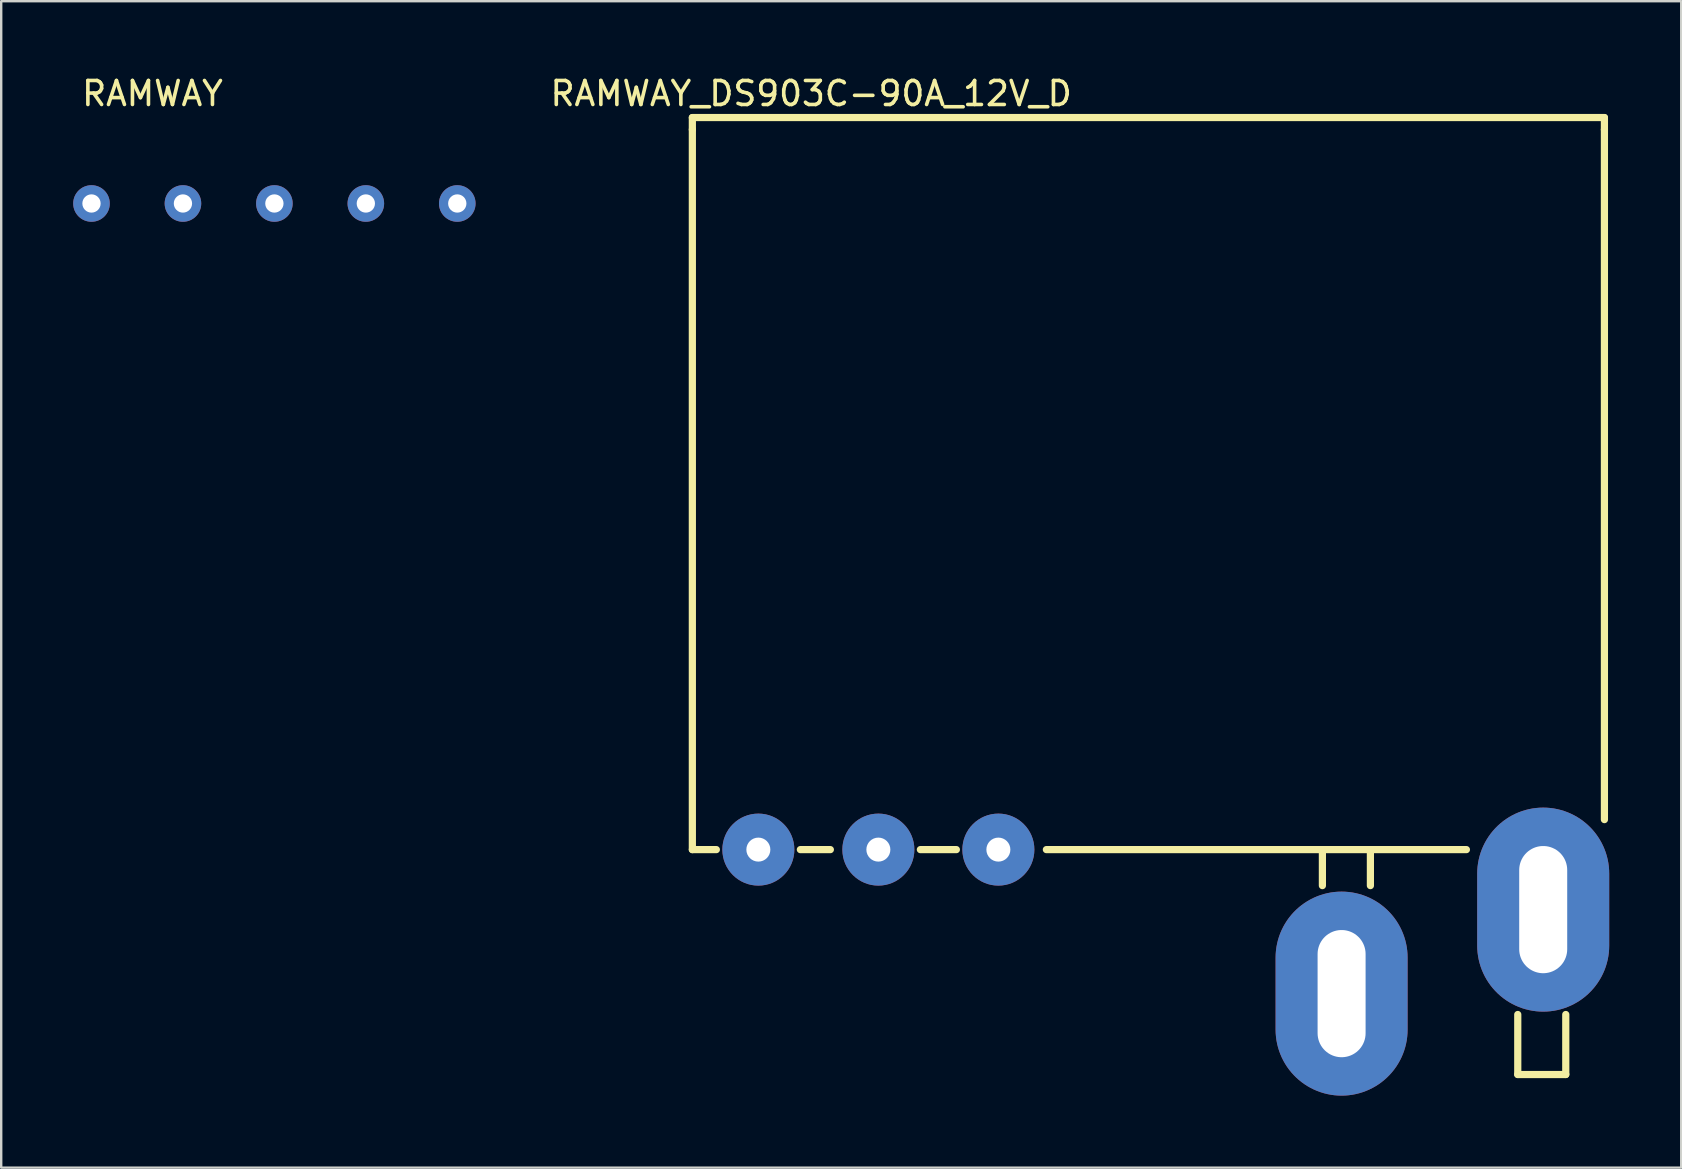
<source format=kicad_pcb>
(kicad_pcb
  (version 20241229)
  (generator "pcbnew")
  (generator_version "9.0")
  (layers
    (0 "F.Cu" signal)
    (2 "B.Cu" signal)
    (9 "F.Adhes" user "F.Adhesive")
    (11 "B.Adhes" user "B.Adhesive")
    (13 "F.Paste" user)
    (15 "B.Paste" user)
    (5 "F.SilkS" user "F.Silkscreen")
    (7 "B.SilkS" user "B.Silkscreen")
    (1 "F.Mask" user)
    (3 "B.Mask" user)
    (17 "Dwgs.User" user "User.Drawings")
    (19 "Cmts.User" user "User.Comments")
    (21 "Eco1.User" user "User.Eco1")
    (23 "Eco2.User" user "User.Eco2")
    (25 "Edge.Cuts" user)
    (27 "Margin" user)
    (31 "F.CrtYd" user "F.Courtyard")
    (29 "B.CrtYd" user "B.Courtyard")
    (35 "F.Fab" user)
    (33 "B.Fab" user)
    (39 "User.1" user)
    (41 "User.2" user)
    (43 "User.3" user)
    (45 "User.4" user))
  (footprint "RAMWAY_DS903C-90A_12V_D"
    (layer "F.Cu")
    (at 38.546 32.348)
    (property "Reference" "RAMWAY_DS903C-90A_12V_D" (at -7.8 -31.5 0) (layer "F.SilkS") (effects (font (size 1 1) (thickness 0.15))))
    (attr through_hole)
    (fp_line (start -12.75 -30) (end -12.75 -30.5) (stroke (width 0.3) (type solid)) (layer "F.SilkS"))
    (fp_line (start -12.75 -30) (end -12.75 0) (stroke (width 0.3) (type solid)) (layer "F.SilkS"))
    (fp_line (start -12.75 0) (end -11.75 0) (stroke (width 0.3) (type solid)) (layer "F.SilkS"))
    (fp_line (start -8.25 0) (end -7 0) (stroke (width 0.3) (type solid)) (layer "F.SilkS"))
    (fp_line (start -3.25 0) (end -1.75 0) (stroke (width 0.3) (type solid)) (layer "F.SilkS"))
    (fp_line (start 2 0) (end 19.5 0) (stroke (width 0.3) (type solid)) (layer "F.SilkS"))
    (fp_line (start 13.5 1.5) (end 13.5 0) (stroke (width 0.3) (type solid)) (layer "F.SilkS"))
    (fp_line (start 15.5 1.5) (end 15.5 0) (stroke (width 0.3) (type solid)) (layer "F.SilkS"))
    (fp_line (start 21.64 6.87) (end 21.64 9.37) (stroke (width 0.3) (type solid)) (layer "F.SilkS"))
    (fp_line (start 21.64 9.37) (end 23.64 9.37) (stroke (width 0.3) (type solid)) (layer "F.SilkS"))
    (fp_line (start 23.64 9.37) (end 23.64 6.87) (stroke (width 0.3) (type solid)) (layer "F.SilkS"))
    (fp_line (start 25.25 -30.5) (end -12.75 -30.5) (stroke (width 0.3) (type solid)) (layer "F.SilkS"))
    (fp_line (start 25.25 -30) (end 25.25 -30.5) (stroke (width 0.3) (type solid)) (layer "F.SilkS"))
    (fp_line (start 25.25 -30) (end 25.25 -1.25) (stroke (width 0.3) (type solid)) (layer "F.SilkS"))
    (pad "1" thru_hole circle (at -10 0) (size 3 3) (drill 1) (layers "*.Cu" "*.Mask"))
    (pad "2" thru_hole circle (at -5 0) (size 3 3) (drill 1) (layers "*.Cu" "*.Mask"))
    (pad "3" thru_hole circle (at 0 0) (size 3 3) (drill 1) (layers "*.Cu" "*.Mask"))
    (pad "4" thru_hole oval (at 14.3 6) (size 5.5 8.5) (drill oval 2 5.3) (layers "*.Cu" "*.Mask"))
    (pad "5" thru_hole oval (at 22.7 2.5) (size 5.5 8.5) (drill oval 2 5.3) (layers "*.Cu" "*.Mask")))
  (footprint "RAMWAY"
    (layer "F.Cu")
    (at 3.302 0.348)
    (property "Reference" "RAMWAY" (at 0 0.5 0) (layer "F.SilkS") (effects (font (size 1 1) (thickness 0.15))))
    (attr through_hole)
    (pad "1" thru_hole circle (at -2.54 5.08) (size 1.524 1.524) (drill 0.762) (layers "*.Cu" "*.Mask"))
    (pad "2" thru_hole circle (at 1.27 5.08) (size 1.524 1.524) (drill 0.762) (layers "*.Cu" "*.Mask"))
    (pad "3" thru_hole circle (at 5.08 5.08) (size 1.524 1.524) (drill 0.762) (layers "*.Cu" "*.Mask"))
    (pad "4" thru_hole circle (at 8.89 5.08) (size 1.524 1.524) (drill 0.762) (layers "*.Cu" "*.Mask"))
    (pad "5" thru_hole circle (at 12.7 5.08) (size 1.524 1.524) (drill 0.762) (layers "*.Cu" "*.Mask")))
  (gr_rect
    (start -3 -3)
    (end 66.996 45.598)
    (stroke (width 0.1) (type default))
    (fill no)
    (layer "Edge.Cuts")))
</source>
